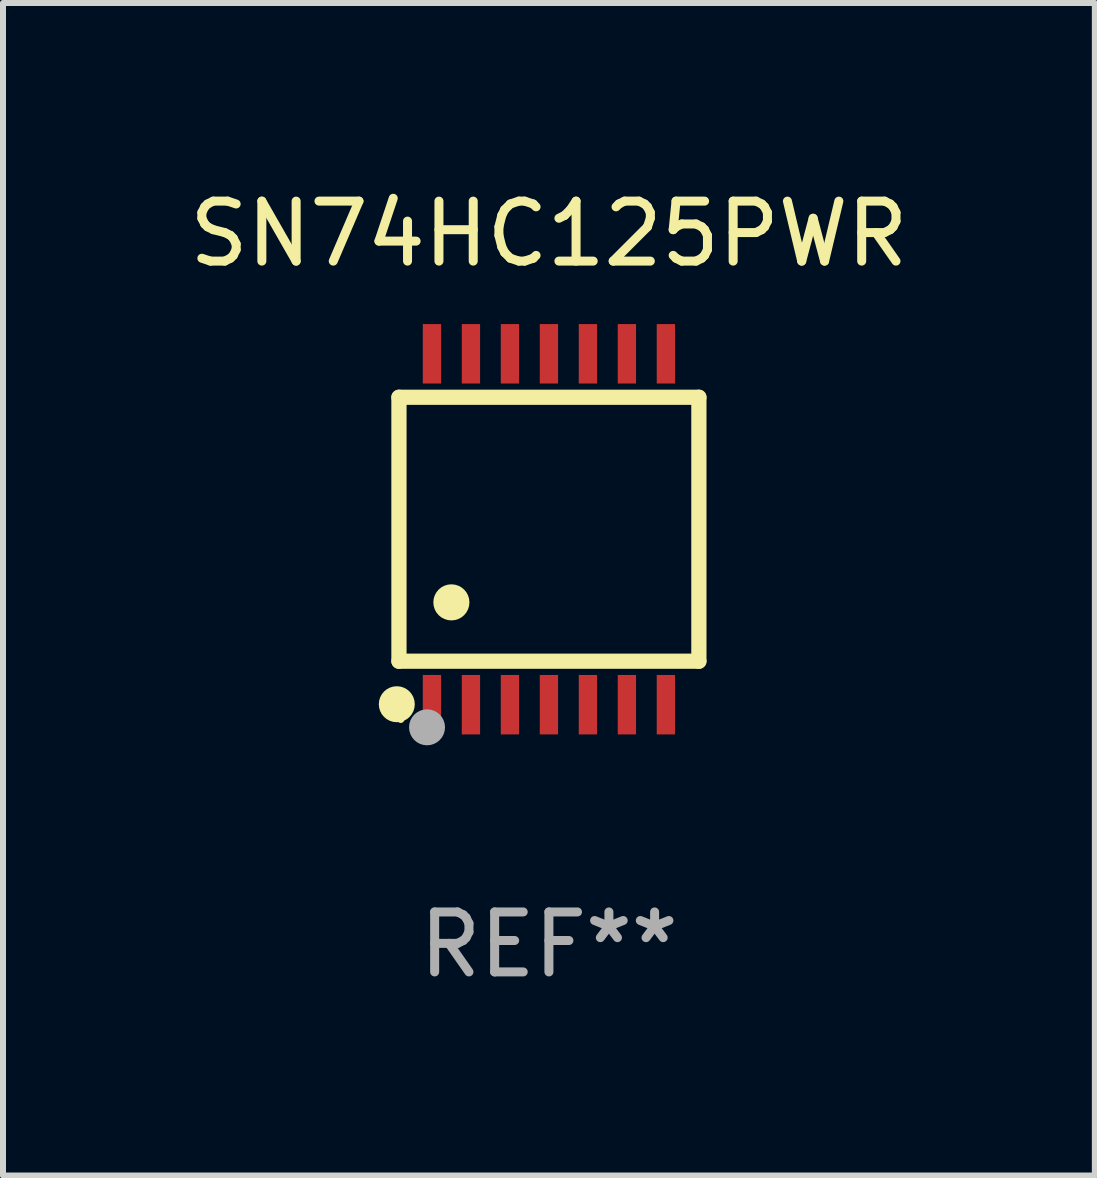
<source format=kicad_pcb>
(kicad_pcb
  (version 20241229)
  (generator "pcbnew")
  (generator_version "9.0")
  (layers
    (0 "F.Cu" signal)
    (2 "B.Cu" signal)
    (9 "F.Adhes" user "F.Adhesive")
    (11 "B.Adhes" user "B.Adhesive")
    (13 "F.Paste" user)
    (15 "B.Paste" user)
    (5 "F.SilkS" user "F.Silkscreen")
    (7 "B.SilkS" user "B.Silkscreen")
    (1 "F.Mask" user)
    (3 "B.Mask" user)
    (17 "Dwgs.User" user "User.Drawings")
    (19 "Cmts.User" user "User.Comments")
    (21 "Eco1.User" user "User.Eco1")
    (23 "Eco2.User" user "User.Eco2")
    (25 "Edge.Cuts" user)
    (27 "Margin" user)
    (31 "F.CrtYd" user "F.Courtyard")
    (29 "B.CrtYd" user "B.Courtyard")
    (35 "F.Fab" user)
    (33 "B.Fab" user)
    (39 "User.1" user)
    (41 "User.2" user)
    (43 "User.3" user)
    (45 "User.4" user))
  (footprint "SN74HC125PWR"
    (layer "F.Cu")
    (at 6.101 5.773)
    (property "Reference" "SN74HC125PWR" (at 0 -4.925 0) (layer "F.SilkS") (effects (font (size 1 1) (thickness 0.15))))
    (attr through_hole)
    (fp_line (start -2.5 2.2) (end -2.5 -2.2) (stroke (width 0.254) (type solid)) (layer "F.SilkS"))
    (fp_line (start -2.5 2.2) (end 2.5 2.2) (stroke (width 0.254) (type solid)) (layer "F.SilkS"))
    (fp_line (start 2.5 -2.2) (end -2.5 -2.2) (stroke (width 0.254) (type solid)) (layer "F.SilkS"))
    (fp_line (start 2.5 -2.2) (end 2.5 2.2) (stroke (width 0.254) (type solid)) (layer "F.SilkS"))
    (fp_circle (center -2.536 2.917) (end -2.386 2.917) (stroke (width 0.3) (type solid)) (fill no) (layer "F.SilkS"))
    (fp_circle (center -2.47 3.17) (end -2.44 3.17) (stroke (width 0.06) (type solid)) (fill no) (layer "F.SilkS"))
    (fp_circle (center -1.626 1.219) (end -1.475 1.219) (stroke (width 0.3) (type solid)) (fill no) (layer "F.SilkS"))
    (fp_circle (center -2.032 3.302) (end -1.882 3.302) (stroke (width 0.3) (type solid)) (fill no) (layer "F.Fab"))
    (fp_text user "REF**" (at 0 6.925 0) (layer "F.Fab") (effects (font (size 1 1) (thickness 0.15))))
    (pad "1" smd rect (at -1.95 2.925) (size 0.305 0.991) (layers "F.Cu" "F.Mask" "F.Paste"))
    (pad "2" smd rect (at -1.3 2.925) (size 0.305 0.991) (layers "F.Cu" "F.Mask" "F.Paste"))
    (pad "3" smd rect (at -0.65 2.925) (size 0.305 0.991) (layers "F.Cu" "F.Mask" "F.Paste"))
    (pad "4" smd rect (at 0 2.925) (size 0.305 0.991) (layers "F.Cu" "F.Mask" "F.Paste"))
    (pad "5" smd rect (at 0.65 2.925) (size 0.305 0.991) (layers "F.Cu" "F.Mask" "F.Paste"))
    (pad "6" smd rect (at 1.3 2.925) (size 0.305 0.991) (layers "F.Cu" "F.Mask" "F.Paste"))
    (pad "7" smd rect (at 1.95 2.925) (size 0.305 0.991) (layers "F.Cu" "F.Mask" "F.Paste"))
    (pad "8" smd rect (at 1.95 -2.925) (size 0.305 0.991) (layers "F.Cu" "F.Mask" "F.Paste"))
    (pad "9" smd rect (at 1.3 -2.925) (size 0.305 0.991) (layers "F.Cu" "F.Mask" "F.Paste"))
    (pad "10" smd rect (at 0.65 -2.925) (size 0.305 0.991) (layers "F.Cu" "F.Mask" "F.Paste"))
    (pad "11" smd rect (at 0 -2.925) (size 0.305 0.991) (layers "F.Cu" "F.Mask" "F.Paste"))
    (pad "12" smd rect (at -0.65 -2.925) (size 0.305 0.991) (layers "F.Cu" "F.Mask" "F.Paste"))
    (pad "13" smd rect (at -1.3 -2.925) (size 0.305 0.991) (layers "F.Cu" "F.Mask" "F.Paste"))
    (pad "14" smd rect (at -1.95 -2.925) (size 0.305 0.991) (layers "F.Cu" "F.Mask" "F.Paste")))
  (gr_rect
    (start -3 -3)
    (end 15.202 16.547)
    (stroke (width 0.1) (type default))
    (fill no)
    (layer "Edge.Cuts")))
</source>
